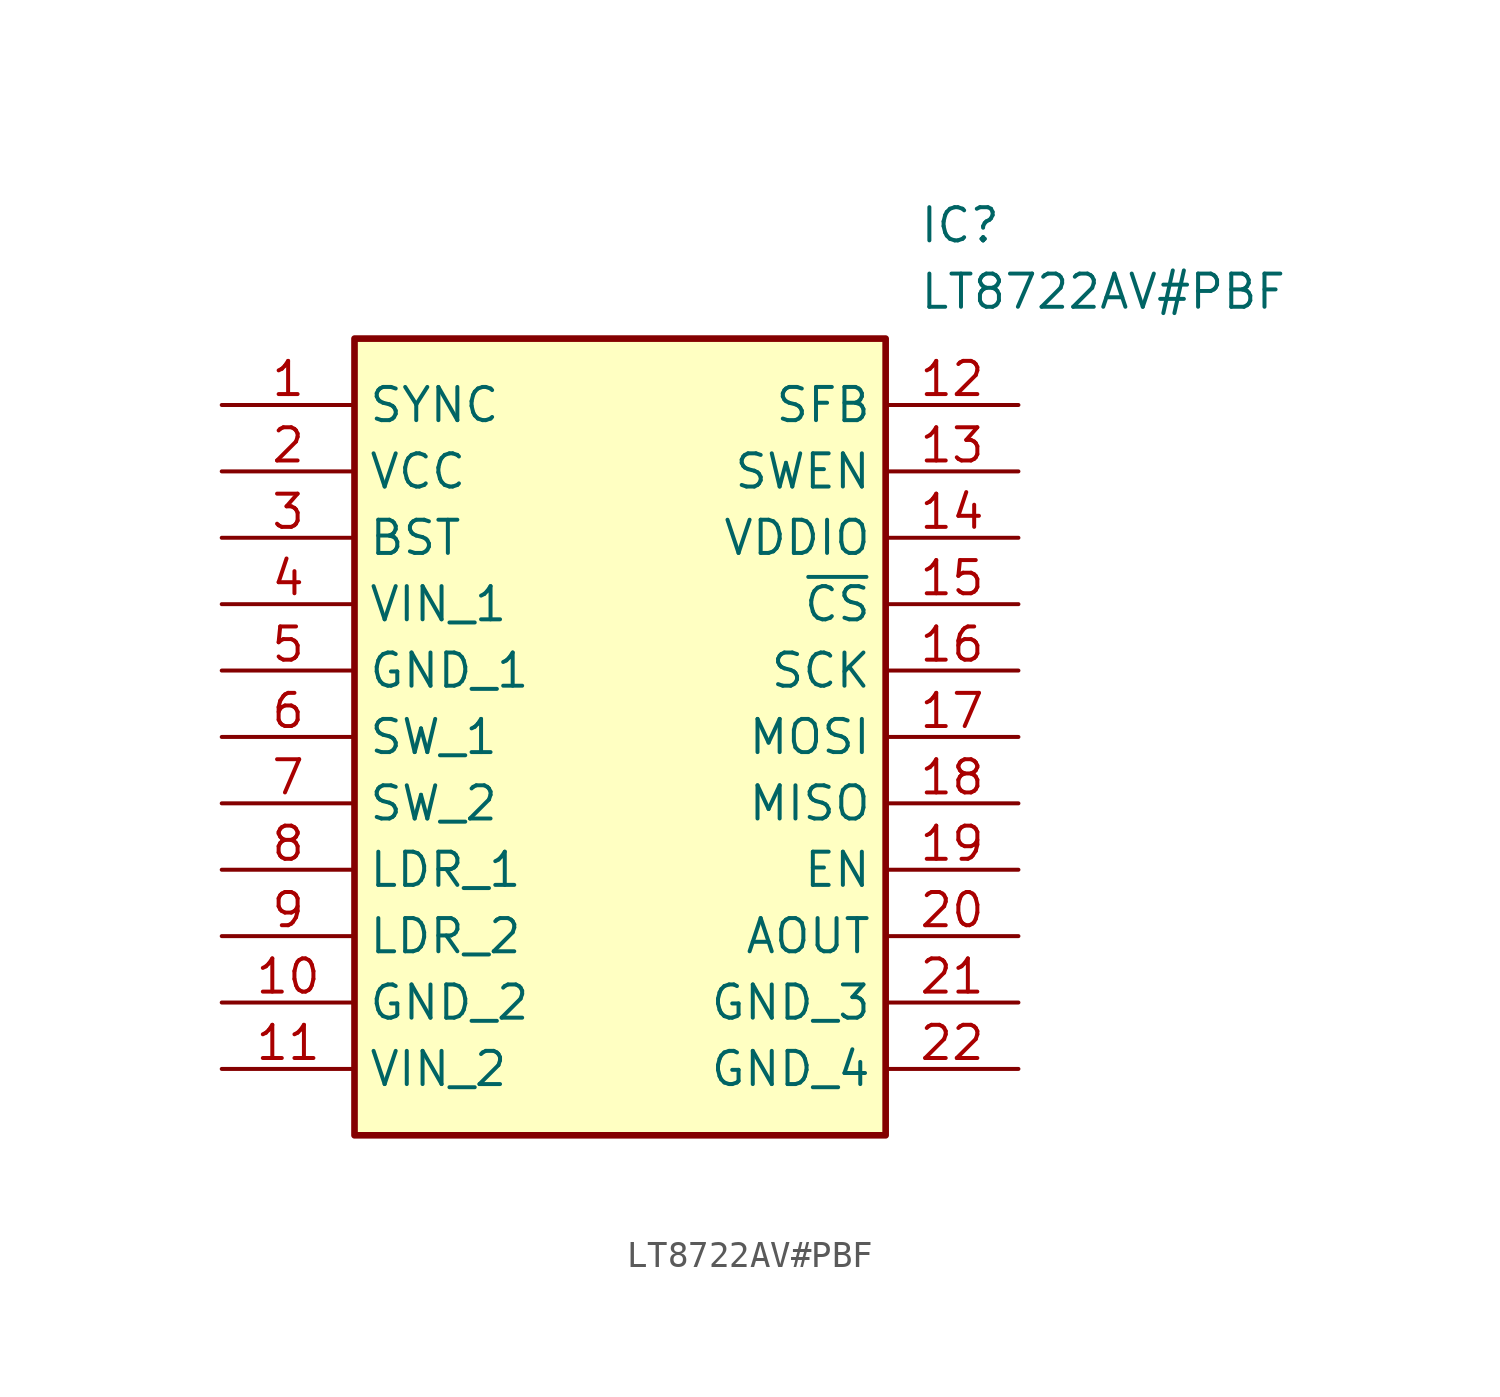
<source format=kicad_sym>
(kicad_symbol_lib
  (version 20211014)
  (generator SamacSys_ECAD_Model)
  (symbol "LT8722AV#PBF"
    (property "Reference" "IC"
      (at 26.67 7.62 0)
      (effects (font (size 1.27 1.27)) (justify left top)))
    (property "Value" "LT8722AV#PBF"
      (at 26.67 5.08 0)
      (effects (font (size 1.27 1.27)) (justify left top)))
    (rectangle
      (start 5.08 2.54)
      (end 25.4 -27.94)
      (stroke (width 0.254) (type default))
      (fill (type background)))
    (pin passive line
      (at 0 0 0)
      (length 5.08)
      (name "SYNC" (effects (font (size 1.27 1.27))))
      (number "1" (effects (font (size 1.27 1.27)))))
    (pin passive line
      (at 0 -2.54 0)
      (length 5.08)
      (name "VCC" (effects (font (size 1.27 1.27))))
      (number "2" (effects (font (size 1.27 1.27)))))
    (pin passive line
      (at 0 -5.08 0)
      (length 5.08)
      (name "BST" (effects (font (size 1.27 1.27))))
      (number "3" (effects (font (size 1.27 1.27)))))
    (pin passive line
      (at 0 -7.62 0)
      (length 5.08)
      (name "VIN_1" (effects (font (size 1.27 1.27))))
      (number "4" (effects (font (size 1.27 1.27)))))
    (pin passive line
      (at 0 -10.16 0)
      (length 5.08)
      (name "GND_1" (effects (font (size 1.27 1.27))))
      (number "5" (effects (font (size 1.27 1.27)))))
    (pin passive line
      (at 0 -12.7 0)
      (length 5.08)
      (name "SW_1" (effects (font (size 1.27 1.27))))
      (number "6" (effects (font (size 1.27 1.27)))))
    (pin passive line
      (at 0 -15.24 0)
      (length 5.08)
      (name "SW_2" (effects (font (size 1.27 1.27))))
      (number "7" (effects (font (size 1.27 1.27)))))
    (pin passive line
      (at 0 -17.78 0)
      (length 5.08)
      (name "LDR_1" (effects (font (size 1.27 1.27))))
      (number "8" (effects (font (size 1.27 1.27)))))
    (pin passive line
      (at 0 -20.32 0)
      (length 5.08)
      (name "LDR_2" (effects (font (size 1.27 1.27))))
      (number "9" (effects (font (size 1.27 1.27)))))
    (pin passive line
      (at 0 -22.86 0)
      (length 5.08)
      (name "GND_2" (effects (font (size 1.27 1.27))))
      (number "10" (effects (font (size 1.27 1.27)))))
    (pin passive line
      (at 0 -25.4 0)
      (length 5.08)
      (name "VIN_2" (effects (font (size 1.27 1.27))))
      (number "11" (effects (font (size 1.27 1.27)))))
    (pin passive line
      (at 30.48 0 180)
      (length 5.08)
      (name "SFB" (effects (font (size 1.27 1.27))))
      (number "12" (effects (font (size 1.27 1.27)))))
    (pin passive line
      (at 30.48 -2.54 180)
      (length 5.08)
      (name "SWEN" (effects (font (size 1.27 1.27))))
      (number "13" (effects (font (size 1.27 1.27)))))
    (pin passive line
      (at 30.48 -5.08 180)
      (length 5.08)
      (name "VDDIO" (effects (font (size 1.27 1.27))))
      (number "14" (effects (font (size 1.27 1.27)))))
    (pin passive line
      (at 30.48 -7.62 180)
      (length 5.08)
      (name "~{CS}" (effects (font (size 1.27 1.27))))
      (number "15" (effects (font (size 1.27 1.27)))))
    (pin passive line
      (at 30.48 -10.16 180)
      (length 5.08)
      (name "SCK" (effects (font (size 1.27 1.27))))
      (number "16" (effects (font (size 1.27 1.27)))))
    (pin passive line
      (at 30.48 -12.7 180)
      (length 5.08)
      (name "MOSI" (effects (font (size 1.27 1.27))))
      (number "17" (effects (font (size 1.27 1.27)))))
    (pin passive line
      (at 30.48 -15.24 180)
      (length 5.08)
      (name "MISO" (effects (font (size 1.27 1.27))))
      (number "18" (effects (font (size 1.27 1.27)))))
    (pin passive line
      (at 30.48 -17.78 180)
      (length 5.08)
      (name "EN" (effects (font (size 1.27 1.27))))
      (number "19" (effects (font (size 1.27 1.27)))))
    (pin passive line
      (at 30.48 -20.32 180)
      (length 5.08)
      (name "AOUT" (effects (font (size 1.27 1.27))))
      (number "20" (effects (font (size 1.27 1.27)))))
    (pin passive line
      (at 30.48 -22.86 180)
      (length 5.08)
      (name "GND_3" (effects (font (size 1.27 1.27))))
      (number "21" (effects (font (size 1.27 1.27)))))
    (pin passive line
      (at 30.48 -25.4 180)
      (length 5.08)
      (name "GND_4" (effects (font (size 1.27 1.27))))
      (number "22" (effects (font (size 1.27 1.27)))))))
</source>
